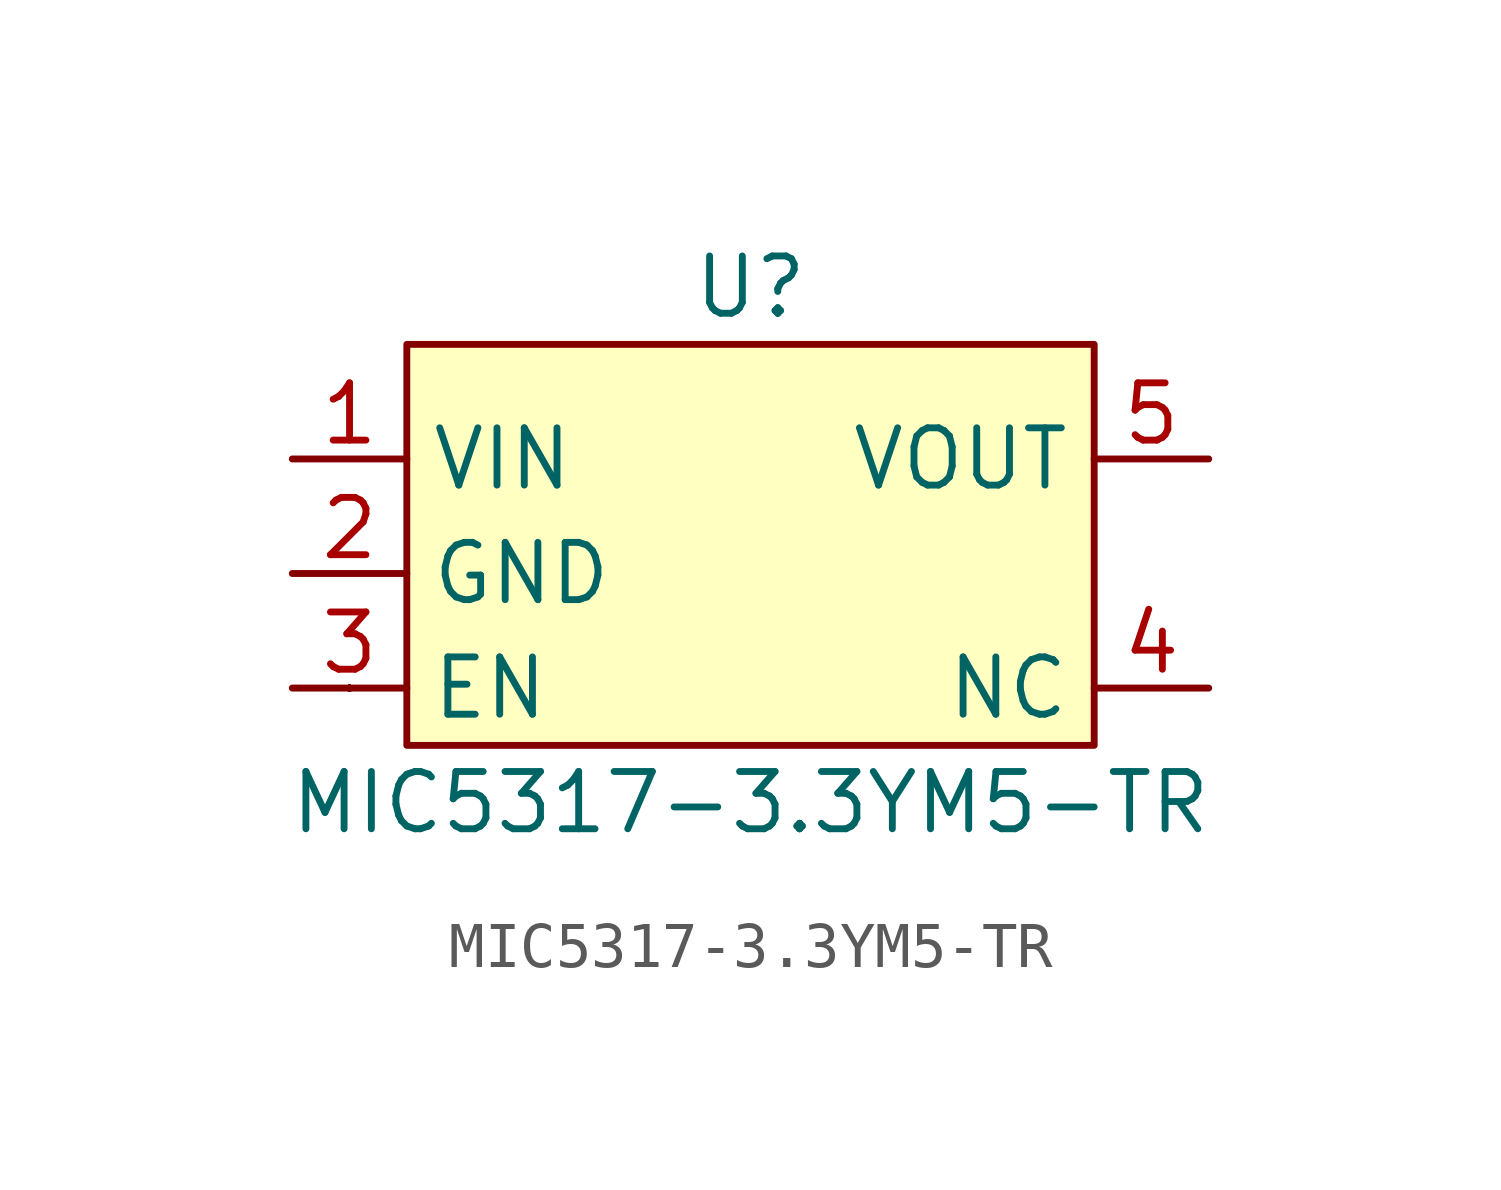
<source format=kicad_sym>
(kicad_symbol_lib
  (version 20211014)
  (generator kicad_symbol_editor)
  (symbol "MIC5317-3.3YM5-TR"
    (property "Reference" "U"
      (at 0 6.35 0)
      (effects (font (size 1.27 1.27))))
    (property "Value" "MIC5317-3.3YM5-TR"
      (at 0 -5.08 0)
      (effects (font (size 1.27 1.27))))
    (symbol "MIC5317-3.3YM5-TR_0_1"
      (rectangle (start -8.89 -2.54) (end -8.89 -2.54) (stroke (width 0) (type default) (color 0 0 0 0)) (fill (type none)))
      (rectangle (start -8.89 -2.54) (end -8.89 -2.54) (stroke (width 0) (type default) (color 0 0 0 0)) (fill (type none)))
      (rectangle (start -8.89 -2.54) (end -8.89 -2.54) (stroke (width 0) (type default) (color 0 0 0 0)) (fill (type none)))
      (rectangle (start -8.89 -2.54) (end -8.89 -2.54) (stroke (width 0) (type default) (color 0 0 0 0)) (fill (type none)))
      (rectangle (start -8.89 -2.54) (end -8.89 -2.54) (stroke (width 0) (type default) (color 0 0 0 0)) (fill (type none)))
      (rectangle (start -8.89 -2.54) (end -8.89 -2.54) (stroke (width 0) (type default) (color 0 0 0 0)) (fill (type none)))
      (rectangle (start -8.89 -2.54) (end -8.89 -2.54) (stroke (width 0) (type default) (color 0 0 0 0)) (fill (type none)))
      (rectangle (start -8.89 -2.54) (end -8.89 -2.54) (stroke (width 0) (type default) (color 0 0 0 0)) (fill (type none)))
      (rectangle (start -8.89 -2.54) (end -8.89 -2.54) (stroke (width 0) (type default) (color 0 0 0 0)) (fill (type none)))
      (rectangle (start -8.89 -2.54) (end -8.89 -2.54) (stroke (width 0) (type default) (color 0 0 0 0)) (fill (type none)))
      (rectangle (start -8.89 -2.54) (end -8.89 -2.54) (stroke (width 0) (type default) (color 0 0 0 0)) (fill (type none)))
      (rectangle (start -7.62 5.08) (end 7.62 -3.81) (stroke (width 0) (type default) (color 0 0 0 0)) (fill (type background)))
      (polyline (pts (xy -8.89 -2.54) (xy -8.89 -2.54)) (stroke (width 0) (type default) (color 0 0 0 0)) (fill (type none)))
      (polyline (pts (xy -8.89 -2.54) (xy -8.89 -2.54)) (stroke (width 0) (type default) (color 0 0 0 0)) (fill (type none)))
      (polyline (pts (xy -8.89 -2.54) (xy -8.89 -2.54)) (stroke (width 0) (type default) (color 0 0 0 0)) (fill (type none)))
      (polyline (pts (xy -8.89 -2.54) (xy -8.89 -2.54)) (stroke (width 0) (type default) (color 0 0 0 0)) (fill (type none)))
      (polyline (pts (xy -8.89 -2.54) (xy -8.89 -2.54)) (stroke (width 0) (type default) (color 0 0 0 0)) (fill (type none)))
      (polyline (pts (xy -8.89 -2.54) (xy -8.89 -2.54)) (stroke (width 0) (type default) (color 0 0 0 0)) (fill (type none))))
    (symbol "MIC5317-3.3YM5-TR_1_1"
      (pin input line (at -10.16 2.54 0) (length 2.54) (name "VIN" (effects (font (size 1.27 1.27)))) (number "1" (effects (font (size 1.27 1.27)))))
      (pin input line (at -10.16 0 0) (length 2.54) (name "GND" (effects (font (size 1.27 1.27)))) (number "2" (effects (font (size 1.27 1.27)))))
      (pin input line (at -10.16 -2.54 0) (length 2.54) (name "EN" (effects (font (size 1.27 1.27)))) (number "3" (effects (font (size 1.27 1.27)))))
      (pin input line (at 10.16 -2.54 180) (length 2.54) (name "NC" (effects (font (size 1.27 1.27)))) (number "4" (effects (font (size 1.27 1.27)))))
      (pin input line (at 10.16 2.54 180) (length 2.54) (name "VOUT" (effects (font (size 1.27 1.27)))) (number "5" (effects (font (size 1.27 1.27))))))))
</source>
